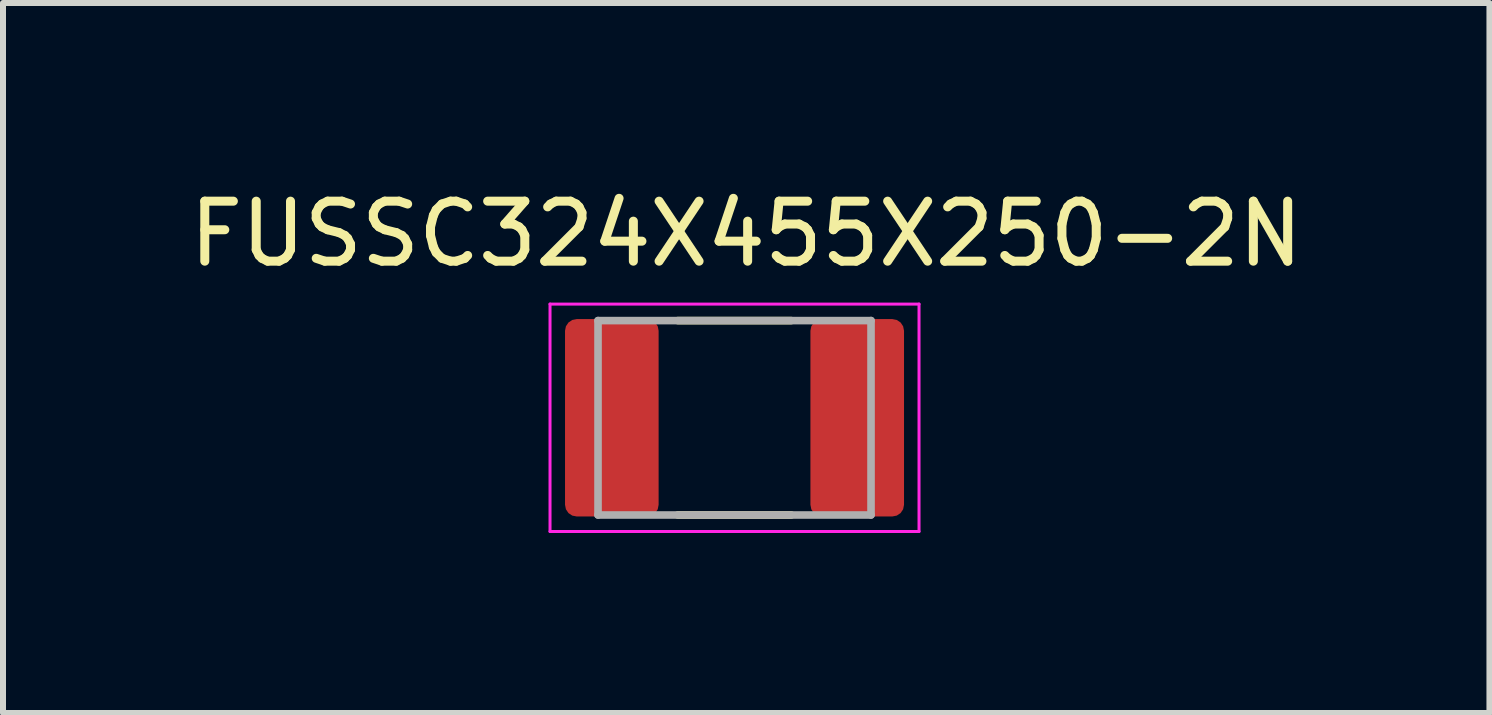
<source format=kicad_pcb>
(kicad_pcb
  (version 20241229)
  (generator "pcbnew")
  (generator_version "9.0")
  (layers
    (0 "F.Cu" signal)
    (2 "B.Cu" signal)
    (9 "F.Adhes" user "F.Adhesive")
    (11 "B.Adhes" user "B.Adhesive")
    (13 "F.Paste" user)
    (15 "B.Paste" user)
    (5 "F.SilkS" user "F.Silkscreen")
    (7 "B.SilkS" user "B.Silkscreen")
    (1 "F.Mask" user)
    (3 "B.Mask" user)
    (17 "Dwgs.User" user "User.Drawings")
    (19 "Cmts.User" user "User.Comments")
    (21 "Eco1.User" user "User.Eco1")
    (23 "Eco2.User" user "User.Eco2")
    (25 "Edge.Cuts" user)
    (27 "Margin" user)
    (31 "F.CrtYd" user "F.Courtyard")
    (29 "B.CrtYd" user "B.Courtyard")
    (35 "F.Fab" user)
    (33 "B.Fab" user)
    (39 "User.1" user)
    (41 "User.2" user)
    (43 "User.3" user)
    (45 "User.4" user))
  (footprint "FUSSC324X455X250-2N"
    (layer "F.Cu")
    (at 9.192 3.913)
    (property "Reference" "FUSSC324X455X250-2N" (at 0.195 -3.065 0) (layer "F.SilkS") (effects (font (size 1 1) (thickness 0.15))))
    (attr smd)
    (fp_line (start -0.945 -1.62) (end 0.945 -1.62) (stroke (width 0.127) (type solid)) (layer "F.SilkS"))
    (fp_line (start -0.945 1.62) (end 0.945 1.62) (stroke (width 0.127) (type solid)) (layer "F.SilkS"))
    (fp_line (start -3.075 -1.895) (end 3.075 -1.895) (stroke (width 0.05) (type solid)) (layer "F.CrtYd"))
    (fp_line (start -3.075 1.895) (end -3.075 -1.895) (stroke (width 0.05) (type solid)) (layer "F.CrtYd"))
    (fp_line (start -3.075 1.895) (end 3.075 1.895) (stroke (width 0.05) (type solid)) (layer "F.CrtYd"))
    (fp_line (start 3.075 1.895) (end 3.075 -1.895) (stroke (width 0.05) (type solid)) (layer "F.CrtYd"))
    (fp_line (start -2.275 1.62) (end -2.275 -1.62) (stroke (width 0.127) (type solid)) (layer "F.Fab"))
    (fp_line (start 2.275 -1.62) (end -2.275 -1.62) (stroke (width 0.127) (type solid)) (layer "F.Fab"))
    (fp_line (start 2.275 1.62) (end -2.275 1.62) (stroke (width 0.127) (type solid)) (layer "F.Fab"))
    (fp_line (start 2.275 1.62) (end 2.275 -1.62) (stroke (width 0.127) (type solid)) (layer "F.Fab"))
    (pad "1" smd roundrect (at -2.045 0) (size 1.56 3.29) (layers "F.Cu" "F.Mask" "F.Paste") (roundrect_rratio 0.125))
    (pad "2" smd roundrect (at 2.045 0) (size 1.56 3.29) (layers "F.Cu" "F.Mask" "F.Paste") (roundrect_rratio 0.125)))
  (gr_rect
    (start -3 -3)
    (end 21.774 8.833)
    (stroke (width 0.1) (type default))
    (fill no)
    (layer "Edge.Cuts")))
</source>
